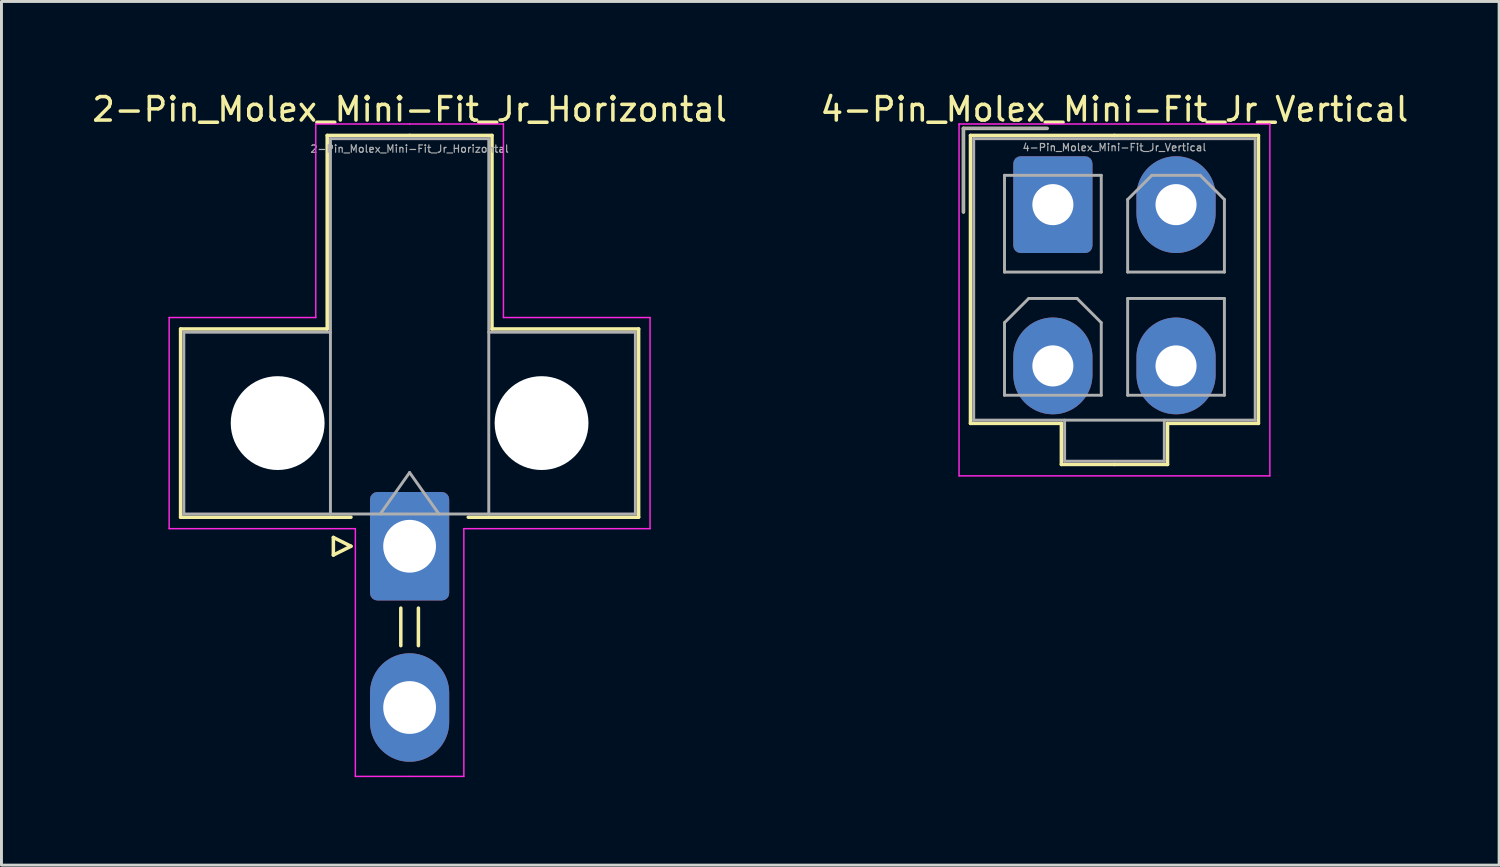
<source format=kicad_pcb>
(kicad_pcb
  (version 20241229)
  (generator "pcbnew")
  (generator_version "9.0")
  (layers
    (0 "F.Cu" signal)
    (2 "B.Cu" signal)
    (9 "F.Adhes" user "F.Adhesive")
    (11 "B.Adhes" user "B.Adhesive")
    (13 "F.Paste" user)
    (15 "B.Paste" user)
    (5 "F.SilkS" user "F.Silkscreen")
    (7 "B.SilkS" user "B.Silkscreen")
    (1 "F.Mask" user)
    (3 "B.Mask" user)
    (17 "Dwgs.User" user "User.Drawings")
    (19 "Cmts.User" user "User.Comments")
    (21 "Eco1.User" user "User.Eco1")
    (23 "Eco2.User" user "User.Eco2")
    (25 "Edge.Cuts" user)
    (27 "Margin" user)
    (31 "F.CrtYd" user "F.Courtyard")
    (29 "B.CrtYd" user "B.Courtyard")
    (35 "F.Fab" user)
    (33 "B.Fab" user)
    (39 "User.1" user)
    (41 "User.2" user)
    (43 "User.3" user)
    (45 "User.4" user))
  (footprint "4-Pin_Molex_Mini-Fit_Jr_Vertical"
    (layer "F.Cu")
    (at 32.857 3.929)
    (property "Reference" "4-Pin_Molex_Mini-Fit_Jr_Vertical" (at 2.1 -3.25 0) (layer "F.SilkS") (effects (font (size 0.8 0.8) (thickness 0.12))))
    (attr through_hole)
    (fp_line (start -3.05 -2.6) (end -3.05 0.25) (stroke (width 0.12) (type solid)) (layer "F.SilkS"))
    (fp_line (start -2.81 -2.36) (end -2.81 7.46) (stroke (width 0.12) (type solid)) (layer "F.SilkS"))
    (fp_line (start -2.81 7.46) (end 0.29 7.46) (stroke (width 0.12) (type solid)) (layer "F.SilkS"))
    (fp_line (start -0.2 -2.6) (end -3.05 -2.6) (stroke (width 0.12) (type solid)) (layer "F.SilkS"))
    (fp_line (start 0.29 7.46) (end 0.29 8.86) (stroke (width 0.12) (type solid)) (layer "F.SilkS"))
    (fp_line (start 0.29 8.86) (end 2.1 8.86) (stroke (width 0.12) (type solid)) (layer "F.SilkS"))
    (fp_line (start 2.1 -2.36) (end -2.81 -2.36) (stroke (width 0.12) (type solid)) (layer "F.SilkS"))
    (fp_line (start 2.1 -2.36) (end 7.01 -2.36) (stroke (width 0.12) (type solid)) (layer "F.SilkS"))
    (fp_line (start 3.91 7.46) (end 3.91 8.86) (stroke (width 0.12) (type solid)) (layer "F.SilkS"))
    (fp_line (start 3.91 8.86) (end 2.1 8.86) (stroke (width 0.12) (type solid)) (layer "F.SilkS"))
    (fp_line (start 7.01 -2.36) (end 7.01 7.46) (stroke (width 0.12) (type solid)) (layer "F.SilkS"))
    (fp_line (start 7.01 7.46) (end 3.91 7.46) (stroke (width 0.12) (type solid)) (layer "F.SilkS"))
    (fp_line (start -3.2 -2.75) (end -3.2 9.25) (stroke (width 0.05) (type solid)) (layer "F.CrtYd"))
    (fp_line (start -3.2 9.25) (end 7.4 9.25) (stroke (width 0.05) (type solid)) (layer "F.CrtYd"))
    (fp_line (start 7.4 -2.75) (end -3.2 -2.75) (stroke (width 0.05) (type solid)) (layer "F.CrtYd"))
    (fp_line (start 7.4 9.25) (end 7.4 -2.75) (stroke (width 0.05) (type solid)) (layer "F.CrtYd"))
    (fp_line (start -3.05 -2.6) (end -3.05 0.25) (stroke (width 0.1) (type solid)) (layer "F.Fab"))
    (fp_line (start -2.7 -2.25) (end -2.7 7.35) (stroke (width 0.1) (type solid)) (layer "F.Fab"))
    (fp_line (start -2.7 7.35) (end 6.9 7.35) (stroke (width 0.1) (type solid)) (layer "F.Fab"))
    (fp_line (start -1.65 -1) (end -1.65 2.3) (stroke (width 0.1) (type solid)) (layer "F.Fab"))
    (fp_line (start -1.65 2.3) (end 1.65 2.3) (stroke (width 0.1) (type solid)) (layer "F.Fab"))
    (fp_line (start -1.65 4.025) (end -0.825 3.2) (stroke (width 0.1) (type solid)) (layer "F.Fab"))
    (fp_line (start -1.65 6.5) (end -1.65 4.025) (stroke (width 0.1) (type solid)) (layer "F.Fab"))
    (fp_line (start -0.825 3.2) (end 0.825 3.2) (stroke (width 0.1) (type solid)) (layer "F.Fab"))
    (fp_line (start -0.2 -2.6) (end -3.05 -2.6) (stroke (width 0.1) (type solid)) (layer "F.Fab"))
    (fp_line (start 0.4 7.35) (end 0.4 8.75) (stroke (width 0.1) (type solid)) (layer "F.Fab"))
    (fp_line (start 0.4 8.75) (end 3.8 8.75) (stroke (width 0.1) (type solid)) (layer "F.Fab"))
    (fp_line (start 0.825 3.2) (end 1.65 4.025) (stroke (width 0.1) (type solid)) (layer "F.Fab"))
    (fp_line (start 1.65 -1) (end -1.65 -1) (stroke (width 0.1) (type solid)) (layer "F.Fab"))
    (fp_line (start 1.65 2.3) (end 1.65 -1) (stroke (width 0.1) (type solid)) (layer "F.Fab"))
    (fp_line (start 1.65 4.025) (end 1.65 6.5) (stroke (width 0.1) (type solid)) (layer "F.Fab"))
    (fp_line (start 1.65 6.5) (end -1.65 6.5) (stroke (width 0.1) (type solid)) (layer "F.Fab"))
    (fp_line (start 2.55 -0.175) (end 3.375 -1) (stroke (width 0.1) (type solid)) (layer "F.Fab"))
    (fp_line (start 2.55 2.3) (end 2.55 -0.175) (stroke (width 0.1) (type solid)) (layer "F.Fab"))
    (fp_line (start 2.55 3.2) (end 2.55 6.5) (stroke (width 0.1) (type solid)) (layer "F.Fab"))
    (fp_line (start 2.55 6.5) (end 5.85 6.5) (stroke (width 0.1) (type solid)) (layer "F.Fab"))
    (fp_line (start 3.375 -1) (end 5.025 -1) (stroke (width 0.1) (type solid)) (layer "F.Fab"))
    (fp_line (start 3.8 8.75) (end 3.8 7.35) (stroke (width 0.1) (type solid)) (layer "F.Fab"))
    (fp_line (start 5.025 -1) (end 5.85 -0.175) (stroke (width 0.1) (type solid)) (layer "F.Fab"))
    (fp_line (start 5.85 -0.175) (end 5.85 2.3) (stroke (width 0.1) (type solid)) (layer "F.Fab"))
    (fp_line (start 5.85 2.3) (end 2.55 2.3) (stroke (width 0.1) (type solid)) (layer "F.Fab"))
    (fp_line (start 5.85 3.2) (end 2.55 3.2) (stroke (width 0.1) (type solid)) (layer "F.Fab"))
    (fp_line (start 5.85 6.5) (end 5.85 3.2) (stroke (width 0.1) (type solid)) (layer "F.Fab"))
    (fp_line (start 6.9 -2.25) (end -2.7 -2.25) (stroke (width 0.1) (type solid)) (layer "F.Fab"))
    (fp_line (start 6.9 7.35) (end 6.9 -2.25) (stroke (width 0.1) (type solid)) (layer "F.Fab"))
    (fp_text user "${REFERENCE}" (at 2.1 -1.95 0) (layer "F.Fab") (effects (font (size 0.25 0.25) (thickness 0.04))))
    (pad "1" thru_hole roundrect (at 0 0) (size 2.7 3.3) (drill 1.4) (layers "*.Cu" "*.Mask") (roundrect_rratio 0.093))
    (pad "2" thru_hole oval (at 4.2 0) (size 2.7 3.3) (drill 1.4) (layers "*.Cu" "*.Mask"))
    (pad "3" thru_hole oval (at 0 5.5) (size 2.7 3.3) (drill 1.4) (layers "*.Cu" "*.Mask"))
    (pad "4" thru_hole oval (at 4.2 5.5) (size 2.7 3.3) (drill 1.4) (layers "*.Cu" "*.Mask")))
  (footprint "2-Pin_Molex_Mini-Fit_Jr_Horizontal"
    (layer "F.Cu")
    (at 10.919 15.579)
    (property "Reference" "2-Pin_Molex_Mini-Fit_Jr_Horizontal" (at 0 -14.9 0) (layer "F.SilkS") (effects (font (size 0.8 0.8) (thickness 0.12))))
    (attr through_hole)
    (fp_line (start -7.81 -7.41) (end -7.81 -0.99) (stroke (width 0.12) (type solid)) (layer "F.SilkS"))
    (fp_line (start -7.81 -0.99) (end -2 -0.99) (stroke (width 0.12) (type solid)) (layer "F.SilkS"))
    (fp_line (start -2.81 -14.01) (end -2.81 -7.41) (stroke (width 0.12) (type solid)) (layer "F.SilkS"))
    (fp_line (start -2.81 -7.41) (end -7.81 -7.41) (stroke (width 0.12) (type solid)) (layer "F.SilkS"))
    (fp_line (start -2.6 -0.3) (end -2 0) (stroke (width 0.12) (type solid)) (layer "F.SilkS"))
    (fp_line (start -2.6 0.3) (end -2.6 -0.3) (stroke (width 0.12) (type solid)) (layer "F.SilkS"))
    (fp_line (start -2 0) (end -2.6 0.3) (stroke (width 0.12) (type solid)) (layer "F.SilkS"))
    (fp_line (start -0.3 2.11) (end -0.3 3.39) (stroke (width 0.12) (type solid)) (layer "F.SilkS"))
    (fp_line (start 0 -14.01) (end -2.81 -14.01) (stroke (width 0.12) (type solid)) (layer "F.SilkS"))
    (fp_line (start 0 -14.01) (end 2.81 -14.01) (stroke (width 0.12) (type solid)) (layer "F.SilkS"))
    (fp_line (start 0.3 2.11) (end 0.3 3.39) (stroke (width 0.12) (type solid)) (layer "F.SilkS"))
    (fp_line (start 2.81 -14.01) (end 2.81 -7.41) (stroke (width 0.12) (type solid)) (layer "F.SilkS"))
    (fp_line (start 2.81 -7.41) (end 7.81 -7.41) (stroke (width 0.12) (type solid)) (layer "F.SilkS"))
    (fp_line (start 7.81 -7.41) (end 7.81 -0.99) (stroke (width 0.12) (type solid)) (layer "F.SilkS"))
    (fp_line (start 7.81 -0.99) (end 2 -0.99) (stroke (width 0.12) (type solid)) (layer "F.SilkS"))
    (fp_line (start -8.2 -7.8) (end -8.2 -0.6) (stroke (width 0.05) (type solid)) (layer "F.CrtYd"))
    (fp_line (start -8.2 -0.6) (end -1.85 -0.6) (stroke (width 0.05) (type solid)) (layer "F.CrtYd"))
    (fp_line (start -3.2 -14.4) (end -3.2 -7.8) (stroke (width 0.05) (type solid)) (layer "F.CrtYd"))
    (fp_line (start -3.2 -7.8) (end -8.2 -7.8) (stroke (width 0.05) (type solid)) (layer "F.CrtYd"))
    (fp_line (start -1.85 -0.6) (end -1.85 7.85) (stroke (width 0.05) (type solid)) (layer "F.CrtYd"))
    (fp_line (start -1.85 7.85) (end 0 7.85) (stroke (width 0.05) (type solid)) (layer "F.CrtYd"))
    (fp_line (start 0 -14.4) (end -3.2 -14.4) (stroke (width 0.05) (type solid)) (layer "F.CrtYd"))
    (fp_line (start 0 -14.4) (end 3.2 -14.4) (stroke (width 0.05) (type solid)) (layer "F.CrtYd"))
    (fp_line (start 1.85 -0.6) (end 1.85 7.85) (stroke (width 0.05) (type solid)) (layer "F.CrtYd"))
    (fp_line (start 1.85 7.85) (end 0 7.85) (stroke (width 0.05) (type solid)) (layer "F.CrtYd"))
    (fp_line (start 3.2 -14.4) (end 3.2 -7.8) (stroke (width 0.05) (type solid)) (layer "F.CrtYd"))
    (fp_line (start 3.2 -7.8) (end 8.2 -7.8) (stroke (width 0.05) (type solid)) (layer "F.CrtYd"))
    (fp_line (start 8.2 -7.8) (end 8.2 -0.6) (stroke (width 0.05) (type solid)) (layer "F.CrtYd"))
    (fp_line (start 8.2 -0.6) (end 1.85 -0.6) (stroke (width 0.05) (type solid)) (layer "F.CrtYd"))
    (fp_line (start -7.7 -7.3) (end -7.7 -1.1) (stroke (width 0.1) (type solid)) (layer "F.Fab"))
    (fp_line (start -7.7 -1.1) (end -2.7 -1.1) (stroke (width 0.1) (type solid)) (layer "F.Fab"))
    (fp_line (start -2.7 -13.9) (end -2.7 -1.1) (stroke (width 0.1) (type solid)) (layer "F.Fab"))
    (fp_line (start -2.7 -7.3) (end -7.7 -7.3) (stroke (width 0.1) (type solid)) (layer "F.Fab"))
    (fp_line (start -2.7 -1.1) (end 2.7 -1.1) (stroke (width 0.1) (type solid)) (layer "F.Fab"))
    (fp_line (start -1 -1.1) (end 0 -2.514) (stroke (width 0.1) (type solid)) (layer "F.Fab"))
    (fp_line (start 0 -2.514) (end 1 -1.1) (stroke (width 0.1) (type solid)) (layer "F.Fab"))
    (fp_line (start 2.7 -13.9) (end -2.7 -13.9) (stroke (width 0.1) (type solid)) (layer "F.Fab"))
    (fp_line (start 2.7 -7.3) (end 7.7 -7.3) (stroke (width 0.1) (type solid)) (layer "F.Fab"))
    (fp_line (start 2.7 -1.1) (end 2.7 -13.9) (stroke (width 0.1) (type solid)) (layer "F.Fab"))
    (fp_line (start 7.7 -7.3) (end 7.7 -1.1) (stroke (width 0.1) (type solid)) (layer "F.Fab"))
    (fp_line (start 7.7 -1.1) (end 2.7 -1.1) (stroke (width 0.1) (type solid)) (layer "F.Fab"))
    (fp_text user "${REFERENCE}" (at 0 -13.55 0) (layer "F.Fab") (effects (font (size 0.25 0.25) (thickness 0.04))))
    (pad "" np_thru_hole circle (at -4.5 -4.2) (size 3.2 3.2) (drill 3.2) (layers "*.Cu" "*.Mask"))
    (pad "" np_thru_hole circle (at 4.5 -4.2) (size 3.2 3.2) (drill 3.2) (layers "*.Cu" "*.Mask"))
    (pad "1" thru_hole roundrect (at 0 0) (size 2.7 3.7) (drill 1.8) (layers "*.Cu" "*.Mask") (roundrect_rratio 0.093))
    (pad "2" thru_hole oval (at 0 5.5) (size 2.7 3.7) (drill 1.8) (layers "*.Cu" "*.Mask")))
  (gr_rect
    (start -3 -3)
    (end 48.076 26.454)
    (stroke (width 0.1) (type default))
    (fill no)
    (layer "Edge.Cuts")))
</source>
